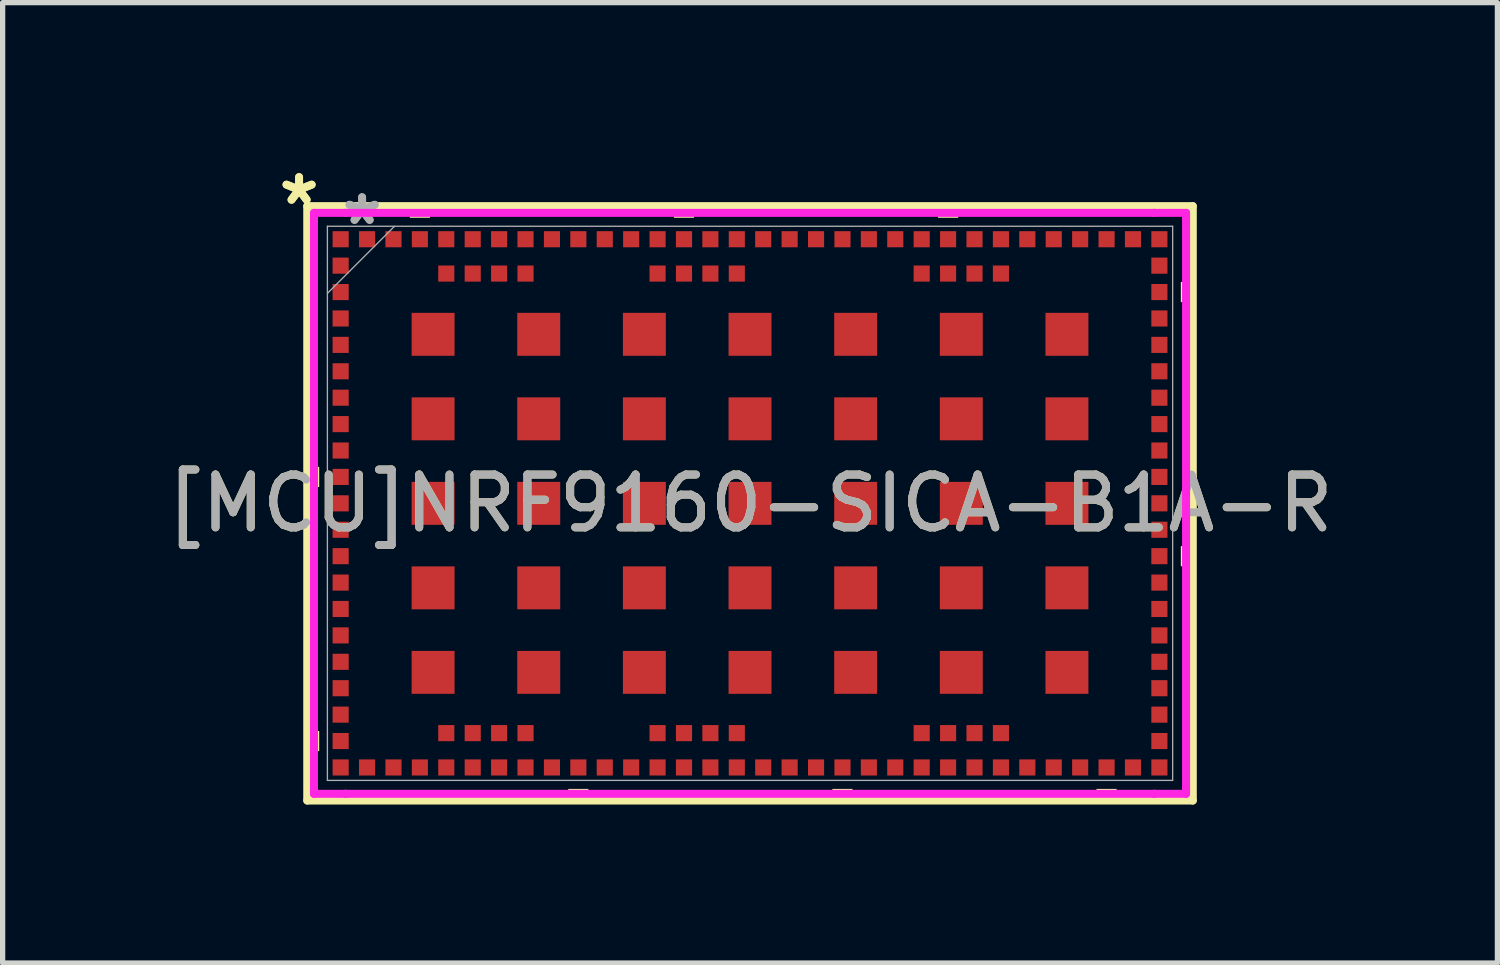
<source format=kicad_pcb>
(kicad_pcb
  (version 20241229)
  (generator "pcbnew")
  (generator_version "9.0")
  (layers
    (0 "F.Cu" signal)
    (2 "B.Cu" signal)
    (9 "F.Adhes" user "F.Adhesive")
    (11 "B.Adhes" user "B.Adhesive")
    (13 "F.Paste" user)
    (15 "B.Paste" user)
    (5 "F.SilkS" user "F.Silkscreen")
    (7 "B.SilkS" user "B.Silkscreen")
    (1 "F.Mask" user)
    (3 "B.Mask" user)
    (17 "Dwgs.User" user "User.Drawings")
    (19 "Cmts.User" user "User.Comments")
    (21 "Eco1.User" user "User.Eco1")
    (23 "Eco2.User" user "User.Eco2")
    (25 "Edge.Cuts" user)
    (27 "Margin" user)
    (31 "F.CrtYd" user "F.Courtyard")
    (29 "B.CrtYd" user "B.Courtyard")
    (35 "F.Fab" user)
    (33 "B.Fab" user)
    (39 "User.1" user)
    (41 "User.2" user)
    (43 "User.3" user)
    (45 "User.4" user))
  (footprint "[MCU]NRF9160-SICA-B1A-R"
    (layer "F.Cu")
    (at 11.149 6.479)
    (property "Reference" "[MCU]NRF9160-SICA-B1A-R" (at 0 0 0) (unlocked yes) (layer "F.SilkS") (effects (font (size 1 1) (thickness 0.15))))
    (attr smd)
    (fp_line (start -8.382 -5.626) (end -8.382 5.626) (stroke (width 0.152) (type solid)) (layer "F.SilkS"))
    (fp_line (start -8.382 5.626) (end 8.382 5.626) (stroke (width 0.152) (type solid)) (layer "F.SilkS"))
    (fp_line (start 8.382 -5.626) (end -8.382 -5.626) (stroke (width 0.152) (type solid)) (layer "F.SilkS"))
    (fp_line (start 8.382 5.626) (end 8.382 -5.626) (stroke (width 0.152) (type solid)) (layer "F.SilkS"))
    (fp_poly (pts (xy -8.41 -0.69) (xy -8.41 -0.309) (xy -8.156 -0.309) (xy -8.156 -0.69)) (stroke (width 0) (type solid)) (fill yes) (layer "F.SilkS"))
    (fp_poly (pts (xy -8.41 4.31) (xy -8.41 4.691) (xy -8.156 4.691) (xy -8.156 4.31)) (stroke (width 0) (type solid)) (fill yes) (layer "F.SilkS"))
    (fp_poly (pts (xy -6.441 -5.406) (xy -6.441 -5.66) (xy -6.059 -5.66) (xy -6.059 -5.406)) (stroke (width 0) (type solid)) (fill yes) (layer "F.SilkS"))
    (fp_poly (pts (xy -3.441 5.406) (xy -3.441 5.66) (xy -3.06 5.66) (xy -3.06 5.406)) (stroke (width 0) (type solid)) (fill yes) (layer "F.SilkS"))
    (fp_poly (pts (xy -1.44 -5.406) (xy -1.44 -5.66) (xy -1.06 -5.66) (xy -1.06 -5.406)) (stroke (width 0) (type solid)) (fill yes) (layer "F.SilkS"))
    (fp_poly (pts (xy 1.559 5.406) (xy 1.559 5.66) (xy 1.94 5.66) (xy 1.94 5.406)) (stroke (width 0) (type solid)) (fill yes) (layer "F.SilkS"))
    (fp_poly (pts (xy 3.559 -5.406) (xy 3.559 -5.66) (xy 3.941 -5.66) (xy 3.941 -5.406)) (stroke (width 0) (type solid)) (fill yes) (layer "F.SilkS"))
    (fp_poly (pts (xy 6.559 5.406) (xy 6.559 5.66) (xy 6.94 5.66) (xy 6.94 5.406)) (stroke (width 0) (type solid)) (fill yes) (layer "F.SilkS"))
    (fp_poly (pts (xy 8.41 -4.191) (xy 8.41 -3.809) (xy 8.156 -3.809) (xy 8.156 -4.191)) (stroke (width 0) (type solid)) (fill yes) (layer "F.SilkS"))
    (fp_poly (pts (xy 8.41 0.81) (xy 8.41 1.191) (xy 8.156 1.191) (xy 8.156 0.81)) (stroke (width 0) (type solid)) (fill yes) (layer "F.SilkS"))
    (fp_line (start -8.255 -5.499) (end -7.656 -5.499) (stroke (width 0.152) (type solid)) (layer "F.CrtYd"))
    (fp_line (start -8.255 -5.406) (end -8.255 -5.499) (stroke (width 0.152) (type solid)) (layer "F.CrtYd"))
    (fp_line (start -8.255 -5.406) (end -8.255 -5.406) (stroke (width 0.152) (type solid)) (layer "F.CrtYd"))
    (fp_line (start -8.255 5.406) (end -8.255 -5.406) (stroke (width 0.152) (type solid)) (layer "F.CrtYd"))
    (fp_line (start -8.255 5.406) (end -8.255 5.406) (stroke (width 0.152) (type solid)) (layer "F.CrtYd"))
    (fp_line (start -8.255 5.499) (end -8.255 5.406) (stroke (width 0.152) (type solid)) (layer "F.CrtYd"))
    (fp_line (start -7.656 -5.499) (end -7.656 -5.499) (stroke (width 0.152) (type solid)) (layer "F.CrtYd"))
    (fp_line (start -7.656 -5.499) (end 7.656 -5.499) (stroke (width 0.152) (type solid)) (layer "F.CrtYd"))
    (fp_line (start -7.656 5.499) (end -8.255 5.499) (stroke (width 0.152) (type solid)) (layer "F.CrtYd"))
    (fp_line (start -7.656 5.499) (end -7.656 5.499) (stroke (width 0.152) (type solid)) (layer "F.CrtYd"))
    (fp_line (start 7.656 -5.499) (end 7.656 -5.499) (stroke (width 0.152) (type solid)) (layer "F.CrtYd"))
    (fp_line (start 7.656 -5.499) (end 8.255 -5.499) (stroke (width 0.152) (type solid)) (layer "F.CrtYd"))
    (fp_line (start 7.656 5.499) (end -7.656 5.499) (stroke (width 0.152) (type solid)) (layer "F.CrtYd"))
    (fp_line (start 7.656 5.499) (end 7.656 5.499) (stroke (width 0.152) (type solid)) (layer "F.CrtYd"))
    (fp_line (start 8.255 -5.499) (end 8.255 -5.406) (stroke (width 0.152) (type solid)) (layer "F.CrtYd"))
    (fp_line (start 8.255 -5.406) (end 8.255 -5.406) (stroke (width 0.152) (type solid)) (layer "F.CrtYd"))
    (fp_line (start 8.255 -5.406) (end 8.255 5.406) (stroke (width 0.152) (type solid)) (layer "F.CrtYd"))
    (fp_line (start 8.255 5.406) (end 8.255 5.406) (stroke (width 0.152) (type solid)) (layer "F.CrtYd"))
    (fp_line (start 8.255 5.406) (end 8.255 5.499) (stroke (width 0.152) (type solid)) (layer "F.CrtYd"))
    (fp_line (start 8.255 5.499) (end 7.656 5.499) (stroke (width 0.152) (type solid)) (layer "F.CrtYd"))
    (fp_line (start -8.001 -5.245) (end -8.001 5.245) (stroke (width 0.025) (type solid)) (layer "F.Fab"))
    (fp_line (start -8.001 -3.975) (end -6.731 -5.245) (stroke (width 0.025) (type solid)) (layer "F.Fab"))
    (fp_line (start -8.001 5.245) (end 8.001 5.245) (stroke (width 0.025) (type solid)) (layer "F.Fab"))
    (fp_line (start 8.001 -5.245) (end -8.001 -5.245) (stroke (width 0.025) (type solid)) (layer "F.Fab"))
    (fp_line (start 8.001 5.245) (end 8.001 -5.245) (stroke (width 0.025) (type solid)) (layer "F.Fab"))
    (fp_text user "*" (at -8.537 -5.631 0) (unlocked yes) (layer "F.SilkS") (effects (font (size 1 1) (thickness 0.15))))
    (fp_text user "*" (at -8.537 -5.631 0) (layer "F.SilkS") (effects (font (size 1 1) (thickness 0.15))))
    (fp_text user "*" (at -7.344 -5.25 0) (unlocked yes) (layer "F.Fab") (effects (font (size 1 1) (thickness 0.15))))
    (fp_text user "${REFERENCE}" (at 0 0 0) (unlocked yes) (layer "F.Fab") (effects (font (size 1 1) (thickness 0.15))))
    (fp_text user "*" (at -7.344 -5.25 0) (layer "F.Fab") (effects (font (size 1 1) (thickness 0.15))))
    (pad "1" smd rect (at -7.75 -5 90) (size 0.305 0.305) (layers "F.Cu" "F.Mask" "F.Paste"))
    (pad "2" smd rect (at -7.75 -4.5 90) (size 0.305 0.305) (layers "F.Cu" "F.Mask" "F.Paste"))
    (pad "3" smd rect (at -7.75 -4 90) (size 0.305 0.305) (layers "F.Cu" "F.Mask" "F.Paste"))
    (pad "4" smd rect (at -7.75 -3.5 90) (size 0.305 0.305) (layers "F.Cu" "F.Mask" "F.Paste"))
    (pad "5" smd rect (at -7.75 -3 90) (size 0.305 0.305) (layers "F.Cu" "F.Mask" "F.Paste"))
    (pad "6" smd rect (at -7.75 -2.5 90) (size 0.305 0.305) (layers "F.Cu" "F.Mask" "F.Paste"))
    (pad "7" smd rect (at -7.75 -2 90) (size 0.305 0.305) (layers "F.Cu" "F.Mask" "F.Paste"))
    (pad "8" smd rect (at -7.75 -1.5 90) (size 0.305 0.305) (layers "F.Cu" "F.Mask" "F.Paste"))
    (pad "9" smd rect (at -7.75 -1 90) (size 0.305 0.305) (layers "F.Cu" "F.Mask" "F.Paste"))
    (pad "10" smd rect (at -7.75 -0.5 90) (size 0.305 0.305) (layers "F.Cu" "F.Mask" "F.Paste"))
    (pad "11" smd rect (at -7.75 0 90) (size 0.305 0.305) (layers "F.Cu" "F.Mask" "F.Paste"))
    (pad "12" smd rect (at -7.75 0.5 90) (size 0.305 0.305) (layers "F.Cu" "F.Mask" "F.Paste"))
    (pad "13" smd rect (at -7.75 1 90) (size 0.305 0.305) (layers "F.Cu" "F.Mask" "F.Paste"))
    (pad "14" smd rect (at -7.75 1.5 90) (size 0.305 0.305) (layers "F.Cu" "F.Mask" "F.Paste"))
    (pad "15" smd rect (at -7.75 2 90) (size 0.305 0.305) (layers "F.Cu" "F.Mask" "F.Paste"))
    (pad "16" smd rect (at -7.75 2.5 90) (size 0.305 0.305) (layers "F.Cu" "F.Mask" "F.Paste"))
    (pad "17" smd rect (at -7.75 3 90) (size 0.305 0.305) (layers "F.Cu" "F.Mask" "F.Paste"))
    (pad "18" smd rect (at -7.75 3.5 90) (size 0.305 0.305) (layers "F.Cu" "F.Mask" "F.Paste"))
    (pad "19" smd rect (at -7.75 4 90) (size 0.305 0.305) (layers "F.Cu" "F.Mask" "F.Paste"))
    (pad "20" smd rect (at -7.75 4.5 90) (size 0.305 0.305) (layers "F.Cu" "F.Mask" "F.Paste"))
    (pad "21" smd rect (at -7.75 5 90) (size 0.305 0.305) (layers "F.Cu" "F.Mask" "F.Paste"))
    (pad "22" smd rect (at -7.25 5) (size 0.305 0.305) (layers "F.Cu" "F.Mask" "F.Paste"))
    (pad "23" smd rect (at -6.75 5) (size 0.305 0.305) (layers "F.Cu" "F.Mask" "F.Paste"))
    (pad "24" smd rect (at -6.25 5) (size 0.305 0.305) (layers "F.Cu" "F.Mask" "F.Paste"))
    (pad "25" smd rect (at -5.75 5) (size 0.305 0.305) (layers "F.Cu" "F.Mask" "F.Paste"))
    (pad "26" smd rect (at -5.25 5) (size 0.305 0.305) (layers "F.Cu" "F.Mask" "F.Paste"))
    (pad "27" smd rect (at -4.75 5) (size 0.305 0.305) (layers "F.Cu" "F.Mask" "F.Paste"))
    (pad "28" smd rect (at -4.25 5) (size 0.305 0.305) (layers "F.Cu" "F.Mask" "F.Paste"))
    (pad "29" smd rect (at -3.75 5) (size 0.305 0.305) (layers "F.Cu" "F.Mask" "F.Paste"))
    (pad "30" smd rect (at -3.25 5) (size 0.305 0.305) (layers "F.Cu" "F.Mask" "F.Paste"))
    (pad "31" smd rect (at -2.75 5) (size 0.305 0.305) (layers "F.Cu" "F.Mask" "F.Paste"))
    (pad "32" smd rect (at -2.25 5) (size 0.305 0.305) (layers "F.Cu" "F.Mask" "F.Paste"))
    (pad "33" smd rect (at -1.75 5) (size 0.305 0.305) (layers "F.Cu" "F.Mask" "F.Paste"))
    (pad "34" smd rect (at -1.25 5) (size 0.305 0.305) (layers "F.Cu" "F.Mask" "F.Paste"))
    (pad "35" smd rect (at -0.75 5) (size 0.305 0.305) (layers "F.Cu" "F.Mask" "F.Paste"))
    (pad "36" smd rect (at -0.25 5) (size 0.305 0.305) (layers "F.Cu" "F.Mask" "F.Paste"))
    (pad "37" smd rect (at 0.25 5) (size 0.305 0.305) (layers "F.Cu" "F.Mask" "F.Paste"))
    (pad "38" smd rect (at 0.75 5) (size 0.305 0.305) (layers "F.Cu" "F.Mask" "F.Paste"))
    (pad "39" smd rect (at 1.25 5) (size 0.305 0.305) (layers "F.Cu" "F.Mask" "F.Paste"))
    (pad "40" smd rect (at 1.75 5) (size 0.305 0.305) (layers "F.Cu" "F.Mask" "F.Paste"))
    (pad "41" smd rect (at 2.25 5) (size 0.305 0.305) (layers "F.Cu" "F.Mask" "F.Paste"))
    (pad "42" smd rect (at 2.75 5) (size 0.305 0.305) (layers "F.Cu" "F.Mask" "F.Paste"))
    (pad "43" smd rect (at 3.25 5) (size 0.305 0.305) (layers "F.Cu" "F.Mask" "F.Paste"))
    (pad "44" smd rect (at 3.75 5) (size 0.305 0.305) (layers "F.Cu" "F.Mask" "F.Paste"))
    (pad "45" smd rect (at 4.25 5) (size 0.305 0.305) (layers "F.Cu" "F.Mask" "F.Paste"))
    (pad "46" smd rect (at 4.75 5) (size 0.305 0.305) (layers "F.Cu" "F.Mask" "F.Paste"))
    (pad "47" smd rect (at 5.25 5) (size 0.305 0.305) (layers "F.Cu" "F.Mask" "F.Paste"))
    (pad "48" smd rect (at 5.75 5) (size 0.305 0.305) (layers "F.Cu" "F.Mask" "F.Paste"))
    (pad "49" smd rect (at 6.25 5) (size 0.305 0.305) (layers "F.Cu" "F.Mask" "F.Paste"))
    (pad "50" smd rect (at 6.75 5) (size 0.305 0.305) (layers "F.Cu" "F.Mask" "F.Paste"))
    (pad "51" smd rect (at 7.25 5) (size 0.305 0.305) (layers "F.Cu" "F.Mask" "F.Paste"))
    (pad "52" smd rect (at 7.75 5 90) (size 0.305 0.305) (layers "F.Cu" "F.Mask" "F.Paste"))
    (pad "53" smd rect (at 7.75 4.5 90) (size 0.305 0.305) (layers "F.Cu" "F.Mask" "F.Paste"))
    (pad "54" smd rect (at 7.75 4 90) (size 0.305 0.305) (layers "F.Cu" "F.Mask" "F.Paste"))
    (pad "55" smd rect (at 7.75 3.5 90) (size 0.305 0.305) (layers "F.Cu" "F.Mask" "F.Paste"))
    (pad "56" smd rect (at 7.75 3 90) (size 0.305 0.305) (layers "F.Cu" "F.Mask" "F.Paste"))
    (pad "57" smd rect (at 7.75 2.5 90) (size 0.305 0.305) (layers "F.Cu" "F.Mask" "F.Paste"))
    (pad "58" smd rect (at 7.75 2 90) (size 0.305 0.305) (layers "F.Cu" "F.Mask" "F.Paste"))
    (pad "59" smd rect (at 7.75 1.5 90) (size 0.305 0.305) (layers "F.Cu" "F.Mask" "F.Paste"))
    (pad "60" smd rect (at 7.75 1 90) (size 0.305 0.305) (layers "F.Cu" "F.Mask" "F.Paste"))
    (pad "61" smd rect (at 7.75 0.5 90) (size 0.305 0.305) (layers "F.Cu" "F.Mask" "F.Paste"))
    (pad "62" smd rect (at 7.75 0 90) (size 0.305 0.305) (layers "F.Cu" "F.Mask" "F.Paste"))
    (pad "63" smd rect (at 7.75 -0.5 90) (size 0.305 0.305) (layers "F.Cu" "F.Mask" "F.Paste"))
    (pad "64" smd rect (at 7.75 -1 90) (size 0.305 0.305) (layers "F.Cu" "F.Mask" "F.Paste"))
    (pad "65" smd rect (at 7.75 -1.5 90) (size 0.305 0.305) (layers "F.Cu" "F.Mask" "F.Paste"))
    (pad "66" smd rect (at 7.75 -2 90) (size 0.305 0.305) (layers "F.Cu" "F.Mask" "F.Paste"))
    (pad "67" smd rect (at 7.75 -2.5 90) (size 0.305 0.305) (layers "F.Cu" "F.Mask" "F.Paste"))
    (pad "68" smd rect (at 7.75 -3 90) (size 0.305 0.305) (layers "F.Cu" "F.Mask" "F.Paste"))
    (pad "69" smd rect (at 7.75 -3.5 90) (size 0.305 0.305) (layers "F.Cu" "F.Mask" "F.Paste"))
    (pad "70" smd rect (at 7.75 -4 90) (size 0.305 0.305) (layers "F.Cu" "F.Mask" "F.Paste"))
    (pad "71" smd rect (at 7.75 -4.5 90) (size 0.305 0.305) (layers "F.Cu" "F.Mask" "F.Paste"))
    (pad "72" smd rect (at 7.75 -5 90) (size 0.305 0.305) (layers "F.Cu" "F.Mask" "F.Paste"))
    (pad "73" smd rect (at 7.25 -5) (size 0.305 0.305) (layers "F.Cu" "F.Mask" "F.Paste"))
    (pad "74" smd rect (at 6.75 -5) (size 0.305 0.305) (layers "F.Cu" "F.Mask" "F.Paste"))
    (pad "75" smd rect (at 6.25 -5) (size 0.305 0.305) (layers "F.Cu" "F.Mask" "F.Paste"))
    (pad "76" smd rect (at 5.75 -5) (size 0.305 0.305) (layers "F.Cu" "F.Mask" "F.Paste"))
    (pad "77" smd rect (at 5.25 -5) (size 0.305 0.305) (layers "F.Cu" "F.Mask" "F.Paste"))
    (pad "78" smd rect (at 4.75 -5) (size 0.305 0.305) (layers "F.Cu" "F.Mask" "F.Paste"))
    (pad "79" smd rect (at 4.25 -5) (size 0.305 0.305) (layers "F.Cu" "F.Mask" "F.Paste"))
    (pad "80" smd rect (at 3.75 -5) (size 0.305 0.305) (layers "F.Cu" "F.Mask" "F.Paste"))
    (pad "81" smd rect (at 3.25 -5) (size 0.305 0.305) (layers "F.Cu" "F.Mask" "F.Paste"))
    (pad "82" smd rect (at 2.75 -5) (size 0.305 0.305) (layers "F.Cu" "F.Mask" "F.Paste"))
    (pad "83" smd rect (at 2.25 -5) (size 0.305 0.305) (layers "F.Cu" "F.Mask" "F.Paste"))
    (pad "84" smd rect (at 1.75 -5) (size 0.305 0.305) (layers "F.Cu" "F.Mask" "F.Paste"))
    (pad "85" smd rect (at 1.25 -5) (size 0.305 0.305) (layers "F.Cu" "F.Mask" "F.Paste"))
    (pad "86" smd rect (at 0.75 -5) (size 0.305 0.305) (layers "F.Cu" "F.Mask" "F.Paste"))
    (pad "87" smd rect (at 0.25 -5) (size 0.305 0.305) (layers "F.Cu" "F.Mask" "F.Paste"))
    (pad "88" smd rect (at -0.25 -5) (size 0.305 0.305) (layers "F.Cu" "F.Mask" "F.Paste"))
    (pad "89" smd rect (at -0.75 -5) (size 0.305 0.305) (layers "F.Cu" "F.Mask" "F.Paste"))
    (pad "90" smd rect (at -1.25 -5) (size 0.305 0.305) (layers "F.Cu" "F.Mask" "F.Paste"))
    (pad "91" smd rect (at -1.75 -5) (size 0.305 0.305) (layers "F.Cu" "F.Mask" "F.Paste"))
    (pad "92" smd rect (at -2.25 -5) (size 0.305 0.305) (layers "F.Cu" "F.Mask" "F.Paste"))
    (pad "93" smd rect (at -2.75 -5) (size 0.305 0.305) (layers "F.Cu" "F.Mask" "F.Paste"))
    (pad "94" smd rect (at -3.25 -5) (size 0.305 0.305) (layers "F.Cu" "F.Mask" "F.Paste"))
    (pad "95" smd rect (at -3.75 -5) (size 0.305 0.305) (layers "F.Cu" "F.Mask" "F.Paste"))
    (pad "96" smd rect (at -4.25 -5) (size 0.305 0.305) (layers "F.Cu" "F.Mask" "F.Paste"))
    (pad "97" smd rect (at -4.75 -5) (size 0.305 0.305) (layers "F.Cu" "F.Mask" "F.Paste"))
    (pad "98" smd rect (at -5.25 -5) (size 0.305 0.305) (layers "F.Cu" "F.Mask" "F.Paste"))
    (pad "99" smd rect (at -5.75 -5) (size 0.305 0.305) (layers "F.Cu" "F.Mask" "F.Paste"))
    (pad "100" smd rect (at -6.25 -5) (size 0.305 0.305) (layers "F.Cu" "F.Mask" "F.Paste"))
    (pad "101" smd rect (at -6.75 -5) (size 0.305 0.305) (layers "F.Cu" "F.Mask" "F.Paste"))
    (pad "102" smd rect (at -7.25 -5) (size 0.305 0.305) (layers "F.Cu" "F.Mask" "F.Paste"))
    (pad "103" smd rect (at -6 -3.2) (size 0.813 0.813) (layers "F.Cu" "F.Mask" "F.Paste"))
    (pad "103" smd rect (at -6 -1.6) (size 0.813 0.813) (layers "F.Cu" "F.Mask" "F.Paste"))
    (pad "103" smd rect (at -6 0) (size 0.813 0.813) (layers "F.Cu" "F.Mask" "F.Paste"))
    (pad "103" smd rect (at -6 1.6) (size 0.813 0.813) (layers "F.Cu" "F.Mask" "F.Paste"))
    (pad "103" smd rect (at -6 3.2) (size 0.813 0.813) (layers "F.Cu" "F.Mask" "F.Paste"))
    (pad "103" smd rect (at -4 -3.2) (size 0.813 0.813) (layers "F.Cu" "F.Mask" "F.Paste"))
    (pad "103" smd rect (at -4 -1.6) (size 0.813 0.813) (layers "F.Cu" "F.Mask" "F.Paste"))
    (pad "103" smd rect (at -4 0) (size 0.813 0.813) (layers "F.Cu" "F.Mask" "F.Paste"))
    (pad "103" smd rect (at -4 1.6) (size 0.813 0.813) (layers "F.Cu" "F.Mask" "F.Paste"))
    (pad "103" smd rect (at -4 3.2) (size 0.813 0.813) (layers "F.Cu" "F.Mask" "F.Paste"))
    (pad "103" smd rect (at -2 -3.2) (size 0.813 0.813) (layers "F.Cu" "F.Mask" "F.Paste"))
    (pad "103" smd rect (at -2 -1.6) (size 0.813 0.813) (layers "F.Cu" "F.Mask" "F.Paste"))
    (pad "103" smd rect (at -2 0) (size 0.813 0.813) (layers "F.Cu" "F.Mask" "F.Paste"))
    (pad "103" smd rect (at -2 1.6) (size 0.813 0.813) (layers "F.Cu" "F.Mask" "F.Paste"))
    (pad "103" smd rect (at -2 3.2) (size 0.813 0.813) (layers "F.Cu" "F.Mask" "F.Paste"))
    (pad "103" smd rect (at 0 -3.2) (size 0.813 0.813) (layers "F.Cu" "F.Mask" "F.Paste"))
    (pad "103" smd rect (at 0 -1.6) (size 0.813 0.813) (layers "F.Cu" "F.Mask" "F.Paste"))
    (pad "103" smd rect (at 0 0) (size 0.813 0.813) (layers "F.Cu" "F.Mask" "F.Paste"))
    (pad "103" smd rect (at 0 1.6) (size 0.813 0.813) (layers "F.Cu" "F.Mask" "F.Paste"))
    (pad "103" smd rect (at 0 3.2) (size 0.813 0.813) (layers "F.Cu" "F.Mask" "F.Paste"))
    (pad "103" smd rect (at 2 -3.2) (size 0.813 0.813) (layers "F.Cu" "F.Mask" "F.Paste"))
    (pad "103" smd rect (at 2 -1.6) (size 0.813 0.813) (layers "F.Cu" "F.Mask" "F.Paste"))
    (pad "103" smd rect (at 2 0) (size 0.813 0.813) (layers "F.Cu" "F.Mask" "F.Paste"))
    (pad "103" smd rect (at 2 1.6) (size 0.813 0.813) (layers "F.Cu" "F.Mask" "F.Paste"))
    (pad "103" smd rect (at 2 3.2) (size 0.813 0.813) (layers "F.Cu" "F.Mask" "F.Paste"))
    (pad "103" smd rect (at 4 -3.2) (size 0.813 0.813) (layers "F.Cu" "F.Mask" "F.Paste"))
    (pad "103" smd rect (at 4 -1.6) (size 0.813 0.813) (layers "F.Cu" "F.Mask" "F.Paste"))
    (pad "103" smd rect (at 4 0) (size 0.813 0.813) (layers "F.Cu" "F.Mask" "F.Paste"))
    (pad "103" smd rect (at 4 1.6) (size 0.813 0.813) (layers "F.Cu" "F.Mask" "F.Paste"))
    (pad "103" smd rect (at 4 3.2) (size 0.813 0.813) (layers "F.Cu" "F.Mask" "F.Paste"))
    (pad "103" smd rect (at 6 -3.2) (size 0.813 0.813) (layers "F.Cu" "F.Mask" "F.Paste"))
    (pad "103" smd rect (at 6 -1.6) (size 0.813 0.813) (layers "F.Cu" "F.Mask" "F.Paste"))
    (pad "103" smd rect (at 6 0) (size 0.813 0.813) (layers "F.Cu" "F.Mask" "F.Paste"))
    (pad "103" smd rect (at 6 1.6) (size 0.813 0.813) (layers "F.Cu" "F.Mask" "F.Paste"))
    (pad "103" smd rect (at 6 3.2) (size 0.813 0.813) (layers "F.Cu" "F.Mask" "F.Paste"))
    (pad "104" smd rect (at -5.75 4.35) (size 0.305 0.305) (layers "F.Cu" "F.Mask" "F.Paste"))
    (pad "105" smd rect (at -5.25 4.35) (size 0.305 0.305) (layers "F.Cu" "F.Mask" "F.Paste"))
    (pad "106" smd rect (at -4.75 4.35) (size 0.305 0.305) (layers "F.Cu" "F.Mask" "F.Paste"))
    (pad "107" smd rect (at -4.25 4.35) (size 0.305 0.305) (layers "F.Cu" "F.Mask" "F.Paste"))
    (pad "108" smd rect (at -1.75 4.35) (size 0.305 0.305) (layers "F.Cu" "F.Mask" "F.Paste"))
    (pad "109" smd rect (at -1.25 4.35) (size 0.305 0.305) (layers "F.Cu" "F.Mask" "F.Paste"))
    (pad "110" smd rect (at -0.75 4.35) (size 0.305 0.305) (layers "F.Cu" "F.Mask" "F.Paste"))
    (pad "111" smd rect (at -0.25 4.35) (size 0.305 0.305) (layers "F.Cu" "F.Mask" "F.Paste"))
    (pad "112" smd rect (at 3.25 4.35) (size 0.305 0.305) (layers "F.Cu" "F.Mask" "F.Paste"))
    (pad "113" smd rect (at 3.75 4.35) (size 0.305 0.305) (layers "F.Cu" "F.Mask" "F.Paste"))
    (pad "114" smd rect (at 4.25 4.35) (size 0.305 0.305) (layers "F.Cu" "F.Mask" "F.Paste"))
    (pad "115" smd rect (at 4.75 4.35) (size 0.305 0.305) (layers "F.Cu" "F.Mask" "F.Paste"))
    (pad "116" smd rect (at 4.75 -4.35) (size 0.305 0.305) (layers "F.Cu" "F.Mask" "F.Paste"))
    (pad "117" smd rect (at 4.25 -4.35) (size 0.305 0.305) (layers "F.Cu" "F.Mask" "F.Paste"))
    (pad "118" smd rect (at 3.75 -4.35) (size 0.305 0.305) (layers "F.Cu" "F.Mask" "F.Paste"))
    (pad "119" smd rect (at 3.25 -4.35) (size 0.305 0.305) (layers "F.Cu" "F.Mask" "F.Paste"))
    (pad "120" smd rect (at -0.25 -4.35) (size 0.305 0.305) (layers "F.Cu" "F.Mask" "F.Paste"))
    (pad "121" smd rect (at -0.75 -4.35) (size 0.305 0.305) (layers "F.Cu" "F.Mask" "F.Paste"))
    (pad "122" smd rect (at -1.25 -4.35) (size 0.305 0.305) (layers "F.Cu" "F.Mask" "F.Paste"))
    (pad "123" smd rect (at -1.75 -4.35) (size 0.305 0.305) (layers "F.Cu" "F.Mask" "F.Paste"))
    (pad "124" smd rect (at -4.25 -4.35) (size 0.305 0.305) (layers "F.Cu" "F.Mask" "F.Paste"))
    (pad "125" smd rect (at -4.75 -4.35) (size 0.305 0.305) (layers "F.Cu" "F.Mask" "F.Paste"))
    (pad "126" smd rect (at -5.25 -4.35) (size 0.305 0.305) (layers "F.Cu" "F.Mask" "F.Paste"))
    (pad "127" smd rect (at -5.75 -4.35) (size 0.305 0.305) (layers "F.Cu" "F.Mask" "F.Paste")))
  (gr_rect
    (start -3 -3)
    (end 25.298 15.182)
    (stroke (width 0.1) (type default))
    (fill no)
    (layer "Edge.Cuts")))
</source>
